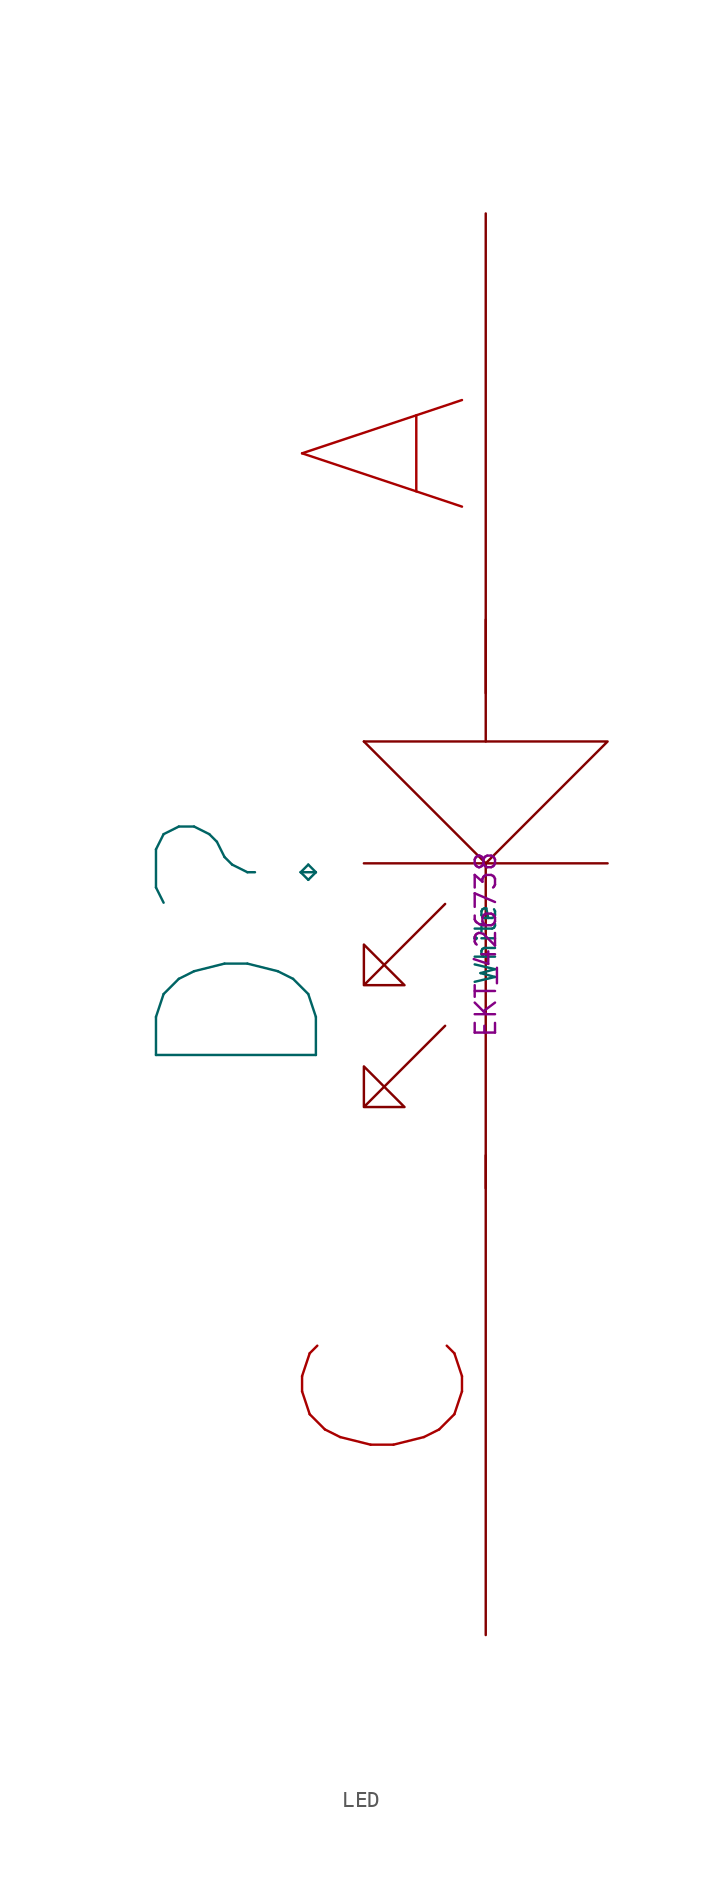
<source format=kicad_sym>
(kicad_symbol_lib
  (version 20220914)
  (generator kicad_symbol_editor)
  (symbol "LED"
    (pin_names
      (offset 40))
    (property "Reference" "D"
      (at -632.46 -403.86 90)
      (effects (font (size 10 10))))
    (property "Value" "White"
      (at -617.22 -403.86 90)
      (effects (font (size 1.27 1.27))))
    (property "PN" "EKT_426738"
      (at -617.22 -403.86 90)
      (effects (font (size 1.27 1.27))))
    (symbol "LED_0_1"
      (polyline (pts (xy -617.22 -398.78) (xy -624.84 -391.16)) (stroke (width 0) (type default)) (fill (type none)))
      (polyline (pts (xy -617.22 -398.78) (xy -617.22 -419.1)) (stroke (width 0) (type default)) (fill (type none)))
      (polyline (pts (xy -617.22 -391.16) (xy -617.22 -383.54)) (stroke (width 0) (type default)) (fill (type none)))
      (polyline (pts (xy -609.6 -398.78) (xy -624.84 -398.78)) (stroke (width 0) (type default)) (fill (type none)))
      (polyline (pts (xy -624.84 -391.16) (xy -612.14 -391.16) (xy -609.6 -391.16) (xy -617.22 -398.78)) (stroke (width 0) (type default)) (fill (type none)))
      (polyline (pts (xy -619.76 -408.94) (xy -624.84 -414.02) (xy -624.84 -411.48) (xy -622.3 -414.02) (xy -624.84 -414.02)) (stroke (width 0) (type default)) (fill (type none)))
      (polyline (pts (xy -619.76 -401.32) (xy -624.84 -406.4) (xy -624.84 -403.86) (xy -622.3 -406.4) (xy -624.84 -406.4)) (stroke (width 0) (type default)) (fill (type none))))
    (symbol "LED_1_0"
      (pin passive line (at -617.22 -447.04 90) (length 30) (name "" (effects (font (size 10 10)))) (number "C" (effects (font (size 10 10))))))
    (symbol "LED_1_1"
      (pin passive line (at -617.22 -358.14 270) (length 30) (name "" (effects (font (size 10 10)))) (number "A" (effects (font (size 10 10))))))))
</source>
